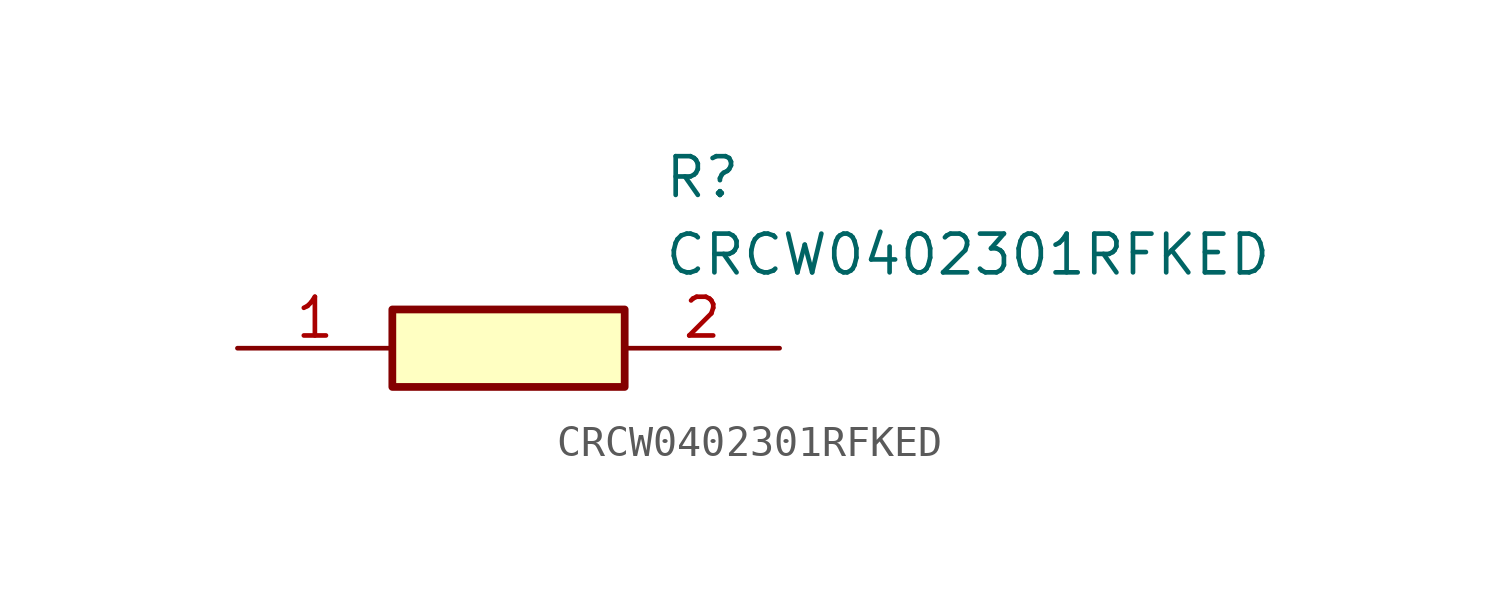
<source format=kicad_sym>
(kicad_symbol_lib
  (version 20211014)
  (generator SamacSys_ECAD_Model)
  (symbol "CRCW0402301RFKED"
    (pin_names hide)
    (property "Reference" "R"
      (at 13.97 6.35 0)
      (effects (font (size 1.27 1.27)) (justify left top)))
    (property "Value" "CRCW0402301RFKED"
      (at 13.97 3.81 0)
      (effects (font (size 1.27 1.27)) (justify left top)))
    (rectangle
      (start 5.08 1.27)
      (end 12.7 -1.27)
      (stroke (width 0.254) (type default))
      (fill (type background)))
    (pin passive line
      (at 0 0 0)
      (length 5.08)
      (name "1" (effects (font (size 1.27 1.27))))
      (number "1" (effects (font (size 1.27 1.27)))))
    (pin passive line
      (at 17.78 0 180)
      (length 5.08)
      (name "2" (effects (font (size 1.27 1.27))))
      (number "2" (effects (font (size 1.27 1.27)))))))
</source>
